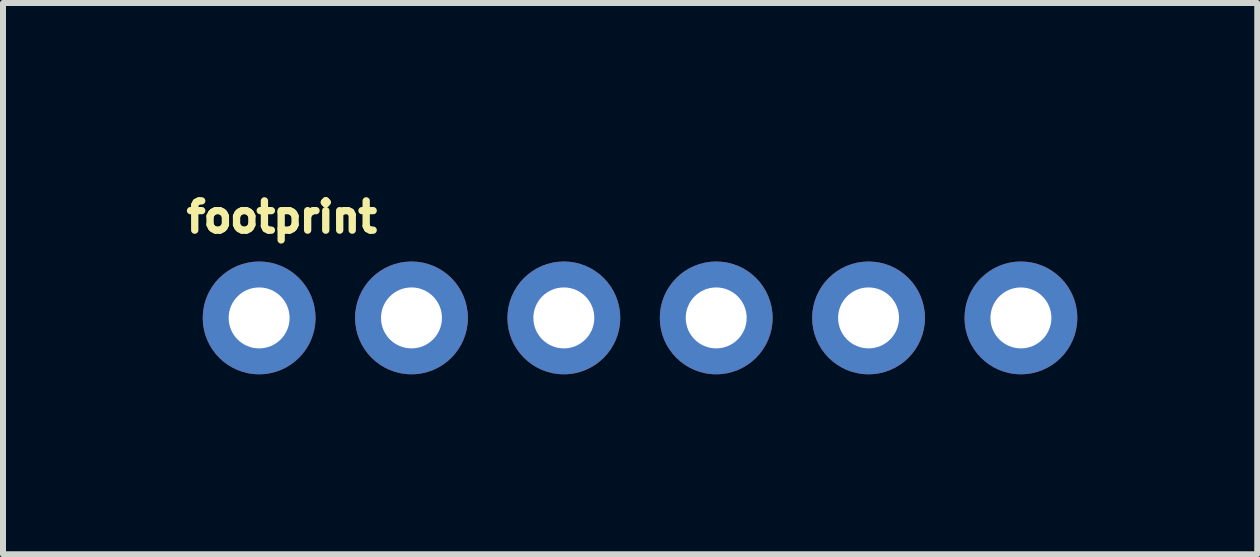
<source format=kicad_pcb>
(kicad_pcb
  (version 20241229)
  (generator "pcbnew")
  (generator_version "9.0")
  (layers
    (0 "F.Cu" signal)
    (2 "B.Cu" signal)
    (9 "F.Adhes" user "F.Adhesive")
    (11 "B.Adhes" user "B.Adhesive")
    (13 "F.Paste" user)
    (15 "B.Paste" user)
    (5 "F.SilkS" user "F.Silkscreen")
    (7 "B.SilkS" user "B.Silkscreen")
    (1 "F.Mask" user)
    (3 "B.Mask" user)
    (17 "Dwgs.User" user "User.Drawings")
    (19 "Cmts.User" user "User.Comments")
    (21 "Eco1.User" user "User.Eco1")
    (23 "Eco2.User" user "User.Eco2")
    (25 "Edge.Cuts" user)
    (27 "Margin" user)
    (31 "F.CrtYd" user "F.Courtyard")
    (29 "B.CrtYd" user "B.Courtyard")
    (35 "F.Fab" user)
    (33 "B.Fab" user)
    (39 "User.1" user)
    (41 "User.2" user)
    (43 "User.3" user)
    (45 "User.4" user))
  (footprint "footprint"
    (layer "F.Cu")
    (at 1.27 2.25)
    (property "Reference" "footprint" (at -1.27 -1.397 0) (layer "F.SilkS") (effects (font (size 0.488 0.488) (thickness 0.122)) (justify left bottom)))
    (fp_poly (pts (xy -0.254 0.254) (xy 0.254 0.254) (xy 0.254 -0.254) (xy -0.254 -0.254)) (stroke (width 0.1) (type solid)) (fill no) (layer "F.Fab"))
    (fp_poly (pts (xy 2.286 0.254) (xy 2.794 0.254) (xy 2.794 -0.254) (xy 2.286 -0.254)) (stroke (width 0.1) (type solid)) (fill no) (layer "F.Fab"))
    (fp_poly (pts (xy 4.826 0.254) (xy 5.334 0.254) (xy 5.334 -0.254) (xy 4.826 -0.254)) (stroke (width 0.1) (type solid)) (fill no) (layer "F.Fab"))
    (fp_poly (pts (xy 7.366 0.254) (xy 7.874 0.254) (xy 7.874 -0.254) (xy 7.366 -0.254)) (stroke (width 0.1) (type solid)) (fill no) (layer "F.Fab"))
    (fp_poly (pts (xy 9.906 0.254) (xy 10.414 0.254) (xy 10.414 -0.254) (xy 9.906 -0.254)) (stroke (width 0.1) (type solid)) (fill no) (layer "F.Fab"))
    (fp_poly (pts (xy 12.446 0.254) (xy 12.954 0.254) (xy 12.954 -0.254) (xy 12.446 -0.254)) (stroke (width 0.1) (type solid)) (fill no) (layer "F.Fab"))
    (pad "1" thru_hole circle (at 0 0 90) (size 1.88 1.88) (drill 1.016) (layers "*.Cu" "*.Mask"))
    (pad "2" thru_hole circle (at 2.54 0 90) (size 1.88 1.88) (drill 1.016) (layers "*.Cu" "*.Mask"))
    (pad "3" thru_hole circle (at 5.08 0 90) (size 1.88 1.88) (drill 1.016) (layers "*.Cu" "*.Mask"))
    (pad "4" thru_hole circle (at 7.62 0 90) (size 1.88 1.88) (drill 1.016) (layers "*.Cu" "*.Mask"))
    (pad "5" thru_hole circle (at 10.16 0 90) (size 1.88 1.88) (drill 1.016) (layers "*.Cu" "*.Mask"))
    (pad "6" thru_hole circle (at 12.7 0 90) (size 1.88 1.88) (drill 1.016) (layers "*.Cu" "*.Mask")))
  (gr_rect
    (start -3 -3)
    (end 17.91 6.19)
    (stroke (width 0.1) (type default))
    (fill no)
    (layer "Edge.Cuts")))
</source>
